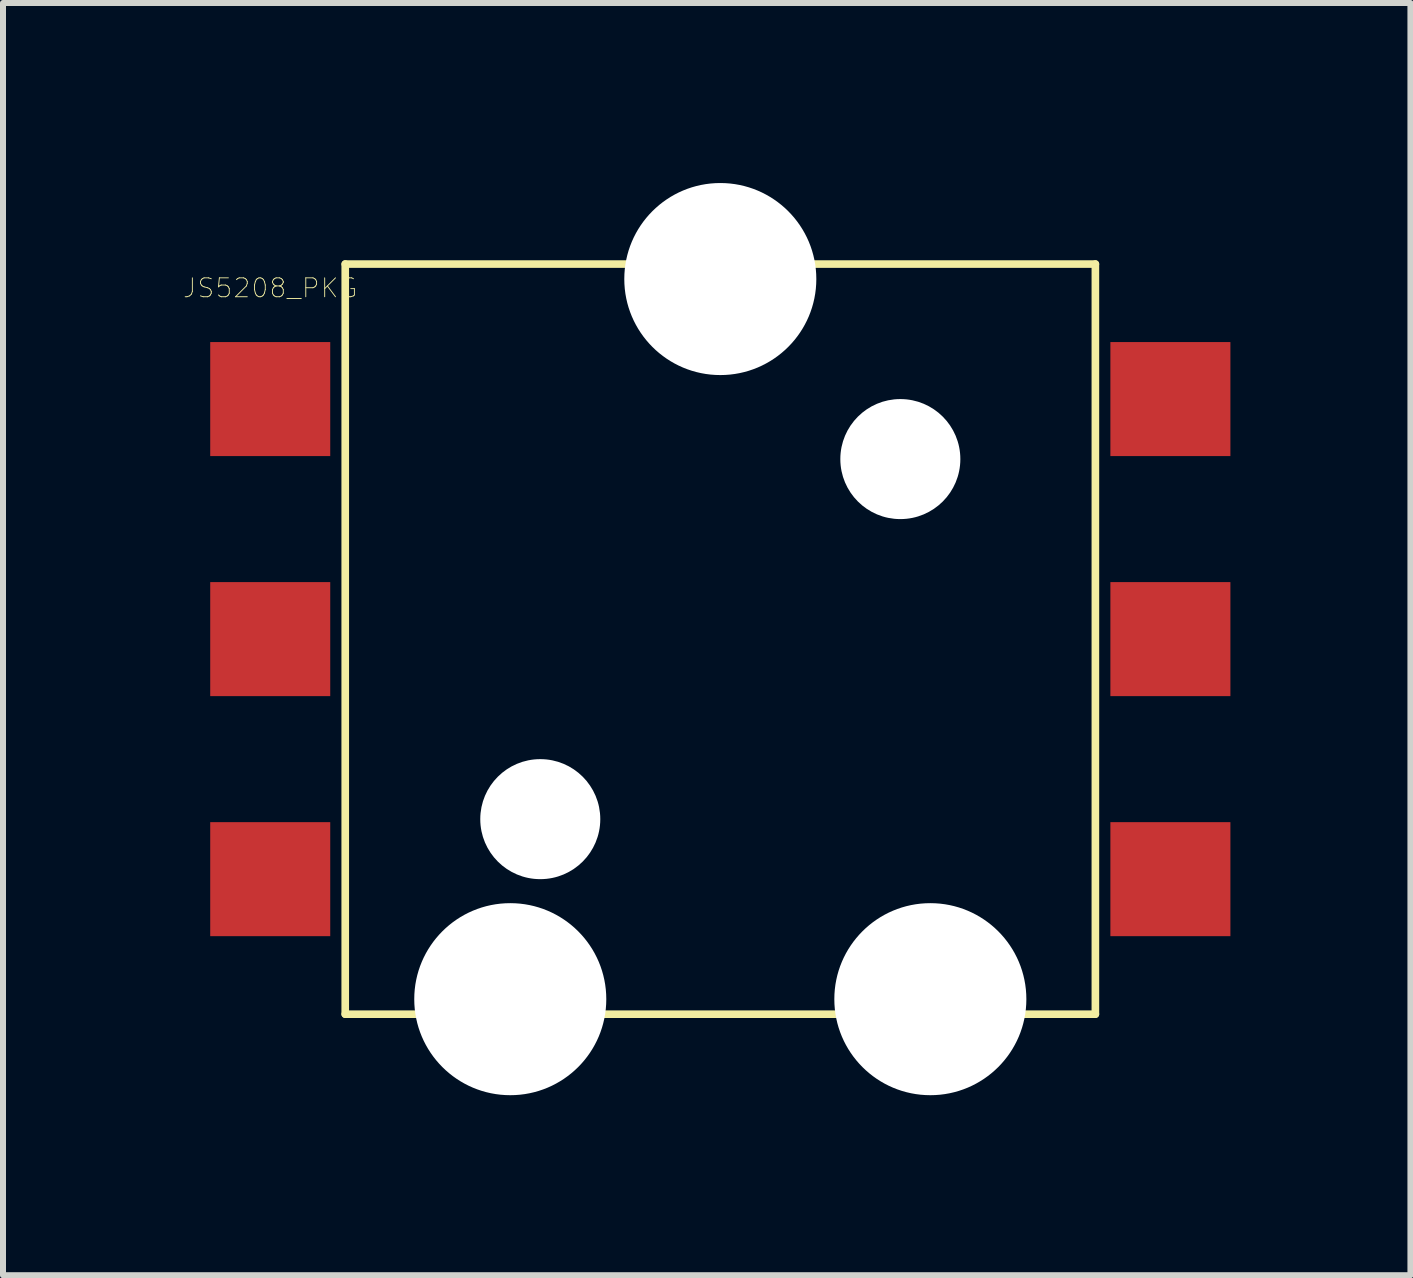
<source format=kicad_pcb>
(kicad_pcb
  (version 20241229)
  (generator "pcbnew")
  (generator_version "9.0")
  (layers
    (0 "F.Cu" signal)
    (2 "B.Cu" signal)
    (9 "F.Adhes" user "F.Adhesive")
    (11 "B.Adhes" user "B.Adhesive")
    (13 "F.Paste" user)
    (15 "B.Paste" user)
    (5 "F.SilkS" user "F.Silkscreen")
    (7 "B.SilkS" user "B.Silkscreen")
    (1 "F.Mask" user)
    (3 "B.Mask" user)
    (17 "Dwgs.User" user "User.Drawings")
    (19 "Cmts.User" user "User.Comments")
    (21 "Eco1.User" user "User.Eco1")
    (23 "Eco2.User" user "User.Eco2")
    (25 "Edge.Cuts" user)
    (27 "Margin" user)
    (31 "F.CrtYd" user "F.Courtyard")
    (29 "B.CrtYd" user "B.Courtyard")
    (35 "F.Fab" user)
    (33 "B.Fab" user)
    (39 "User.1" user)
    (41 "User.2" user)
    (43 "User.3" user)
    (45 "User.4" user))
  (footprint "JS5208_PKG"
    (layer "F.Cu")
    (at 8.953 7.6)
    (property "Reference" "JS5208_PKG" (at -7.5 -5.85 0) (layer "F.SilkS") (effects (font (size 0.315 0.315) (thickness 0.015))))
    (attr through_hole)
    (fp_line (start -6.25 -6.25) (end -6.25 6.25) (stroke (width 0.127) (type solid)) (layer "F.SilkS"))
    (fp_line (start -6.25 -6.25) (end 6.25 -6.25) (stroke (width 0.127) (type solid)) (layer "F.SilkS"))
    (fp_line (start -6.25 6.25) (end 6.25 6.25) (stroke (width 0.127) (type solid)) (layer "F.SilkS"))
    (fp_line (start 6.25 6.25) (end 6.25 -6.25) (stroke (width 0.127) (type solid)) (layer "F.SilkS"))
    (pad "" np_thru_hole circle (at -3.5 6) (size 3.2 3.2) (drill 3.2) (layers "*.Cu" "*.Mask"))
    (pad "" np_thru_hole circle (at -3 3) (size 2 2) (drill 2) (layers "*.Cu" "*.Mask"))
    (pad "" np_thru_hole circle (at 0 -6) (size 3.2 3.2) (drill 3.2) (layers "*.Cu" "*.Mask"))
    (pad "" np_thru_hole circle (at 3 -3) (size 2 2) (drill 2) (layers "*.Cu" "*.Mask"))
    (pad "" np_thru_hole circle (at 3.5 6) (size 3.2 3.2) (drill 3.2) (layers "*.Cu" "*.Mask"))
    (pad "AU" smd rect (at 7.5 -4) (size 2 1.9) (layers "F.Cu" "F.Mask" "F.Paste"))
    (pad "BL" smd rect (at -7.5 0) (size 2 1.9) (layers "F.Cu" "F.Mask" "F.Paste"))
    (pad "CD" smd rect (at 7.5 4) (size 2 1.9) (layers "F.Cu" "F.Mask" "F.Paste"))
    (pad "COM" smd rect (at -7.5 -4) (size 2 1.9) (layers "F.Cu" "F.Mask" "F.Paste"))
    (pad "DR" smd rect (at 7.5 0) (size 2 1.9) (layers "F.Cu" "F.Mask" "F.Paste"))
    (pad "EBTN" smd rect (at -7.5 4) (size 2 1.9) (layers "F.Cu" "F.Mask" "F.Paste")))
  (gr_rect
    (start -3 -3)
    (end 20.453 18.2)
    (stroke (width 0.1) (type default))
    (fill no)
    (layer "Edge.Cuts")))
</source>
